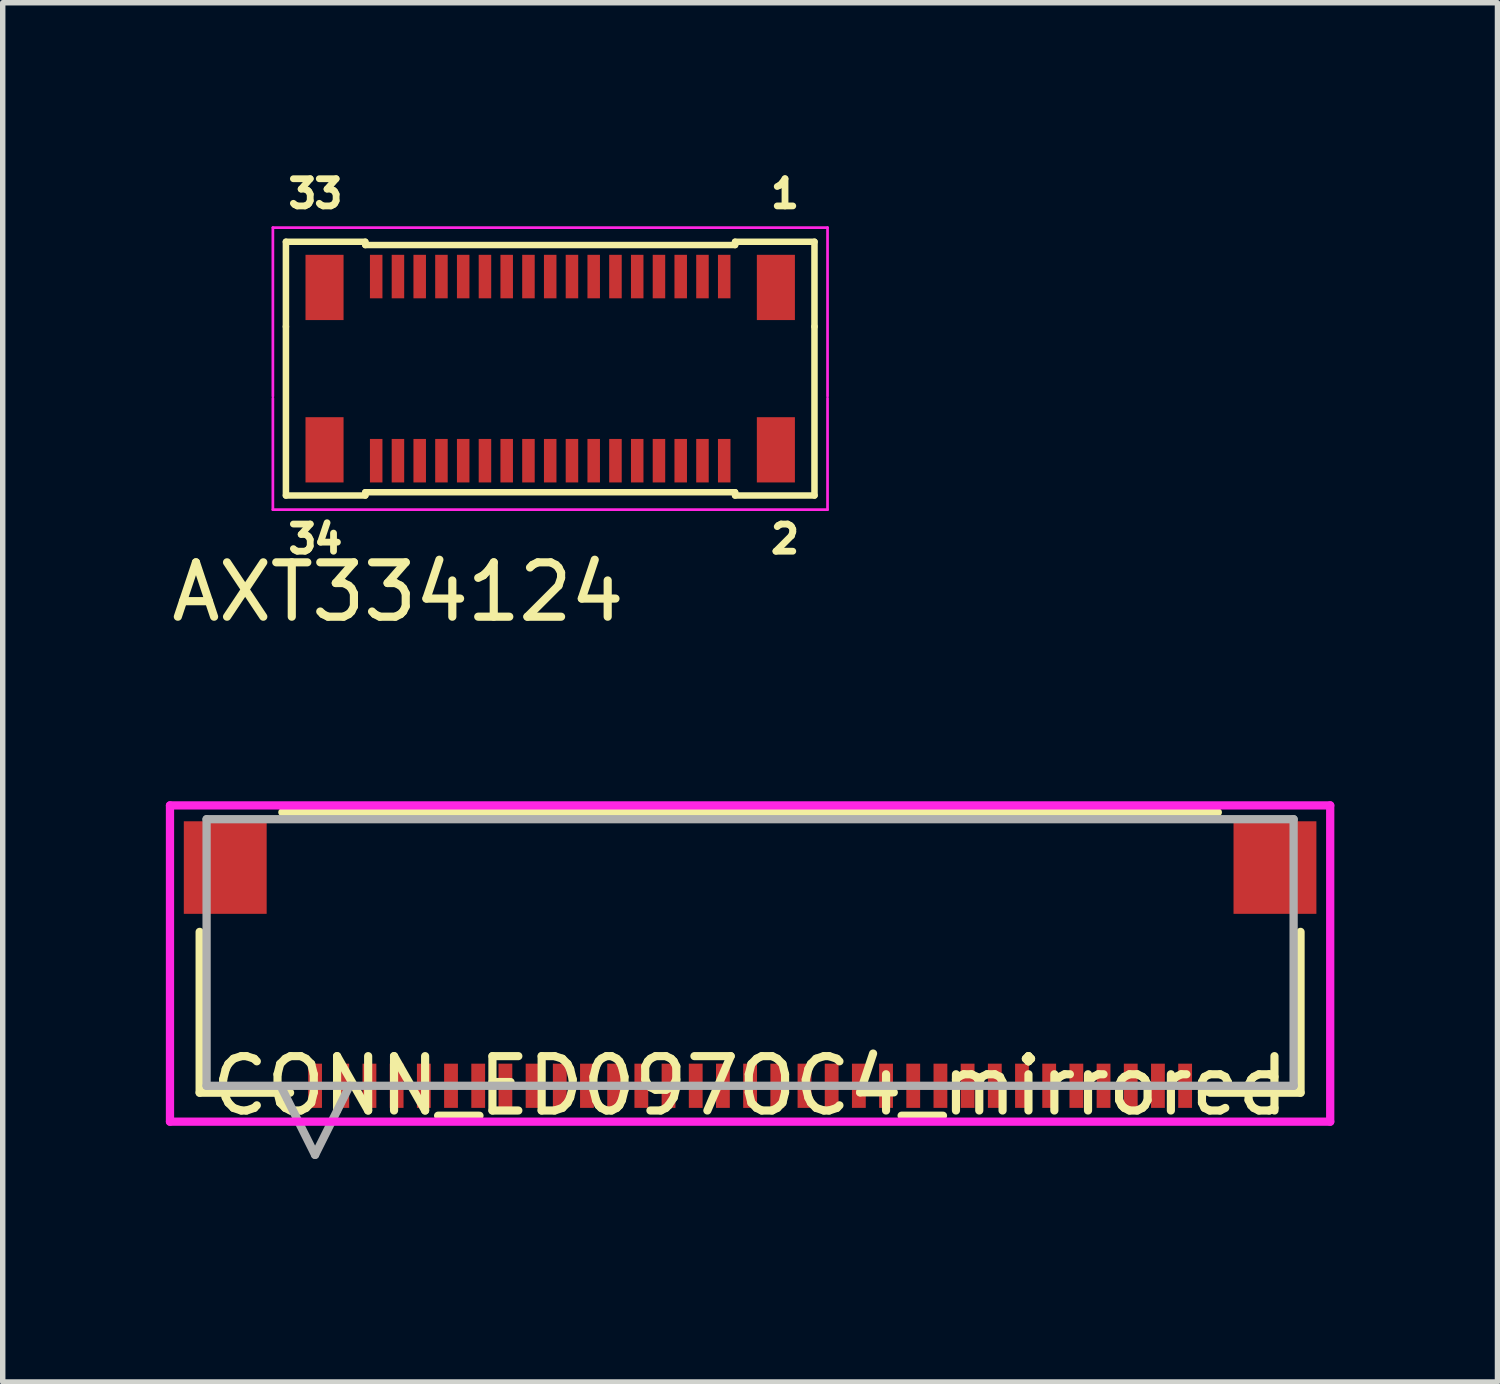
<source format=kicad_pcb>
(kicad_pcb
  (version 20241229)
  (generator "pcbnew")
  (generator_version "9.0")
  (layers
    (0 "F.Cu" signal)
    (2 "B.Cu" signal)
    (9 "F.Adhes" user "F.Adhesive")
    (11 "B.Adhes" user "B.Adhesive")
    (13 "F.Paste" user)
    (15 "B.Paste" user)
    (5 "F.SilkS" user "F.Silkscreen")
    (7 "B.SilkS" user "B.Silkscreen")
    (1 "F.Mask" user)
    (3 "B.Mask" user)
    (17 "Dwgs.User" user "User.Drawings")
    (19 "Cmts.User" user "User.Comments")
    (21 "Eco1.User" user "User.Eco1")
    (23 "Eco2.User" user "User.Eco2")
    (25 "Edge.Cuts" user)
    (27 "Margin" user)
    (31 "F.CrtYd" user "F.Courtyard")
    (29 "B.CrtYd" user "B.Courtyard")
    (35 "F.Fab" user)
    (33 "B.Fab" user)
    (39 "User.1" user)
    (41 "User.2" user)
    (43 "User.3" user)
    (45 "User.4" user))
  (footprint "AXT334124"
    (layer "F.Cu")
    (at 7.068 2.036)
    (property "Reference" "AXT334124" (at -2.8 5.8 0) (layer "F.SilkS") (effects (font (size 1 1) (thickness 0.15))))
    (attr smd)
    (fp_line (start -4.86 -0.64) (end -3.4 -0.64) (stroke (width 0.12) (type solid)) (layer "F.SilkS"))
    (fp_line (start -4.86 0.92) (end -4.86 -0.64) (stroke (width 0.12) (type solid)) (layer "F.SilkS"))
    (fp_line (start -4.86 0.92) (end -4.86 4.026) (stroke (width 0.12) (type solid)) (layer "F.SilkS"))
    (fp_line (start -4.86 4.026) (end -3.4 4.026) (stroke (width 0.12) (type solid)) (layer "F.SilkS"))
    (fp_line (start -3.4 -0.64) (end -3.4 -0.58) (stroke (width 0.12) (type solid)) (layer "F.SilkS"))
    (fp_line (start -3.4 -0.58) (end 3.4 -0.58) (stroke (width 0.12) (type solid)) (layer "F.SilkS"))
    (fp_line (start -3.4 4.026) (end -3.4 3.966) (stroke (width 0.12) (type solid)) (layer "F.SilkS"))
    (fp_line (start 3.4 -0.64) (end 3.4 -0.58) (stroke (width 0.12) (type solid)) (layer "F.SilkS"))
    (fp_line (start 3.4 3.966) (end -3.4 3.966) (stroke (width 0.12) (type solid)) (layer "F.SilkS"))
    (fp_line (start 3.4 4.026) (end 3.4 3.966) (stroke (width 0.12) (type solid)) (layer "F.SilkS"))
    (fp_line (start 4.86 -0.64) (end 3.4 -0.64) (stroke (width 0.12) (type solid)) (layer "F.SilkS"))
    (fp_line (start 4.86 0.92) (end 4.86 -0.64) (stroke (width 0.12) (type solid)) (layer "F.SilkS"))
    (fp_line (start 4.86 0.92) (end 4.86 4.026) (stroke (width 0.12) (type solid)) (layer "F.SilkS"))
    (fp_line (start 4.86 4.026) (end 3.4 4.026) (stroke (width 0.12) (type solid)) (layer "F.SilkS"))
    (fp_line (start -5.1 -0.9) (end -5.1 2.2) (stroke (width 0.05) (type solid)) (layer "F.CrtYd"))
    (fp_line (start -5.1 -0.9) (end 5.1 -0.9) (stroke (width 0.05) (type solid)) (layer "F.CrtYd"))
    (fp_line (start -5.1 4.286) (end -5.1 2.236) (stroke (width 0.05) (type solid)) (layer "F.CrtYd"))
    (fp_line (start 5.1 -0.9) (end 5.1 2.2) (stroke (width 0.05) (type solid)) (layer "F.CrtYd"))
    (fp_line (start 5.1 4.286) (end -5.1 4.286) (stroke (width 0.05) (type solid)) (layer "F.CrtYd"))
    (fp_line (start 5.1 4.286) (end 5.1 2.236) (stroke (width 0.05) (type solid)) (layer "F.CrtYd"))
    (fp_text user "2" (at 4.318 4.826 0) (layer "F.SilkS") (effects (font (size 0.5 0.5) (thickness 0.125))))
    (fp_text user "1" (at 4.318 -1.524 0) (layer "F.SilkS") (effects (font (size 0.5 0.5) (thickness 0.125))))
    (fp_text user "33" (at -4.318 -1.524 0) (layer "F.SilkS") (effects (font (size 0.5 0.5) (thickness 0.125))))
    (fp_text user "34" (at -4.318 4.826 0) (layer "F.SilkS") (effects (font (size 0.5 0.5) (thickness 0.125))))
    (pad "0" smd rect (at -4.15 0.2) (size 0.7 1.2) (layers "F.Cu" "F.Mask" "F.Paste"))
    (pad "0" smd rect (at -4.15 3.186 180) (size 0.7 1.2) (layers "F.Cu" "F.Mask" "F.Paste"))
    (pad "0" smd rect (at 4.15 0.2) (size 0.7 1.2) (layers "F.Cu" "F.Mask" "F.Paste"))
    (pad "0" smd rect (at 4.15 3.186 180) (size 0.7 1.2) (layers "F.Cu" "F.Mask" "F.Paste"))
    (pad "1" smd rect (at 3.2 0) (size 0.23 0.8) (layers "F.Cu" "F.Mask" "F.Paste"))
    (pad "2" smd rect (at 3.2 3.386 180) (size 0.23 0.8) (layers "F.Cu" "F.Mask" "F.Paste"))
    (pad "3" smd rect (at 2.8 0) (size 0.23 0.8) (layers "F.Cu" "F.Mask" "F.Paste"))
    (pad "4" smd rect (at 2.8 3.386 180) (size 0.23 0.8) (layers "F.Cu" "F.Mask" "F.Paste"))
    (pad "5" smd rect (at 2.4 0) (size 0.23 0.8) (layers "F.Cu" "F.Mask" "F.Paste"))
    (pad "6" smd rect (at 2.4 3.386 180) (size 0.23 0.8) (layers "F.Cu" "F.Mask" "F.Paste"))
    (pad "7" smd rect (at 2 0) (size 0.23 0.8) (layers "F.Cu" "F.Mask" "F.Paste"))
    (pad "8" smd rect (at 2 3.386 180) (size 0.23 0.8) (layers "F.Cu" "F.Mask" "F.Paste"))
    (pad "9" smd rect (at 1.6 0) (size 0.23 0.8) (layers "F.Cu" "F.Mask" "F.Paste"))
    (pad "10" smd rect (at 1.6 3.386 180) (size 0.23 0.8) (layers "F.Cu" "F.Mask" "F.Paste"))
    (pad "11" smd rect (at 1.2 0) (size 0.23 0.8) (layers "F.Cu" "F.Mask" "F.Paste"))
    (pad "12" smd rect (at 1.2 3.386 180) (size 0.23 0.8) (layers "F.Cu" "F.Mask" "F.Paste"))
    (pad "13" smd rect (at 0.8 0) (size 0.23 0.8) (layers "F.Cu" "F.Mask" "F.Paste"))
    (pad "14" smd rect (at 0.8 3.386 180) (size 0.23 0.8) (layers "F.Cu" "F.Mask" "F.Paste"))
    (pad "15" smd rect (at 0.4 0) (size 0.23 0.8) (layers "F.Cu" "F.Mask" "F.Paste"))
    (pad "16" smd rect (at 0.4 3.386 180) (size 0.23 0.8) (layers "F.Cu" "F.Mask" "F.Paste"))
    (pad "17" smd rect (at 0 0) (size 0.23 0.8) (layers "F.Cu" "F.Mask" "F.Paste"))
    (pad "18" smd rect (at 0 3.386 180) (size 0.23 0.8) (layers "F.Cu" "F.Mask" "F.Paste"))
    (pad "19" smd rect (at -0.4 0) (size 0.23 0.8) (layers "F.Cu" "F.Mask" "F.Paste"))
    (pad "20" smd rect (at -0.4 3.386 180) (size 0.23 0.8) (layers "F.Cu" "F.Mask" "F.Paste"))
    (pad "21" smd rect (at -0.8 0) (size 0.23 0.8) (layers "F.Cu" "F.Mask" "F.Paste"))
    (pad "22" smd rect (at -0.8 3.386 180) (size 0.23 0.8) (layers "F.Cu" "F.Mask" "F.Paste"))
    (pad "23" smd rect (at -1.2 0) (size 0.23 0.8) (layers "F.Cu" "F.Mask" "F.Paste"))
    (pad "24" smd rect (at -1.2 3.386 180) (size 0.23 0.8) (layers "F.Cu" "F.Mask" "F.Paste"))
    (pad "25" smd rect (at -1.6 0) (size 0.23 0.8) (layers "F.Cu" "F.Mask" "F.Paste"))
    (pad "26" smd rect (at -1.6 3.386 180) (size 0.23 0.8) (layers "F.Cu" "F.Mask" "F.Paste"))
    (pad "27" smd rect (at -2 0) (size 0.23 0.8) (layers "F.Cu" "F.Mask" "F.Paste"))
    (pad "28" smd rect (at -2 3.386 180) (size 0.23 0.8) (layers "F.Cu" "F.Mask" "F.Paste"))
    (pad "29" smd rect (at -2.4 0) (size 0.23 0.8) (layers "F.Cu" "F.Mask" "F.Paste"))
    (pad "30" smd rect (at -2.4 3.386 180) (size 0.23 0.8) (layers "F.Cu" "F.Mask" "F.Paste"))
    (pad "31" smd rect (at -2.8 0) (size 0.23 0.8) (layers "F.Cu" "F.Mask" "F.Paste"))
    (pad "32" smd rect (at -2.8 3.386 180) (size 0.23 0.8) (layers "F.Cu" "F.Mask" "F.Paste"))
    (pad "33" smd rect (at -3.2 0) (size 0.23 0.8) (layers "F.Cu" "F.Mask" "F.Paste"))
    (pad "34" smd rect (at -3.2 3.386 180) (size 0.23 0.8) (layers "F.Cu" "F.Mask" "F.Paste")))
  (footprint "CONN_ED097OC4_mirrored"
    (layer "F.Cu")
    (at 10.998 19.114)
    (property "Reference" "CONN_ED097OC4_mirrored" (at -0.254 -2.197 0) (layer "F.SilkS") (effects (font (size 1 1) (thickness 0.15))))
    (attr smd)
    (fp_line (start -10.376 -2.07) (end -10.376 -5.027) (stroke (width 0.152) (type solid)) (layer "F.SilkS"))
    (fp_line (start -8.855 -7.226) (end 8.347 -7.226) (stroke (width 0.152) (type solid)) (layer "F.SilkS"))
    (fp_line (start -8.714 -2.07) (end -10.376 -2.07) (stroke (width 0.152) (type solid)) (layer "F.SilkS"))
    (fp_line (start 9.868 -5.027) (end 9.868 -2.07) (stroke (width 0.152) (type solid)) (layer "F.SilkS"))
    (fp_line (start 9.868 -2.07) (end 8.206 -2.07) (stroke (width 0.152) (type solid)) (layer "F.SilkS"))
    (fp_line (start -10.922 -7.353) (end 10.414 -7.353) (stroke (width 0.152) (type solid)) (layer "F.CrtYd"))
    (fp_line (start -10.922 -1.537) (end -10.922 -7.353) (stroke (width 0.152) (type solid)) (layer "F.CrtYd"))
    (fp_line (start 10.414 -7.353) (end 10.414 -1.537) (stroke (width 0.152) (type solid)) (layer "F.CrtYd"))
    (fp_line (start 10.414 -1.537) (end -10.922 -1.537) (stroke (width 0.152) (type solid)) (layer "F.CrtYd"))
    (fp_line (start -10.249 -7.099) (end 9.741 -7.099) (stroke (width 0.152) (type solid)) (layer "F.Fab"))
    (fp_line (start -10.249 -2.197) (end -10.249 -7.099) (stroke (width 0.152) (type solid)) (layer "F.Fab"))
    (fp_line (start -8.889 -2.197) (end -8.254 -0.927) (stroke (width 0.152) (type solid)) (layer "F.Fab"))
    (fp_line (start -7.619 -2.197) (end -8.254 -0.927) (stroke (width 0.152) (type solid)) (layer "F.Fab"))
    (fp_line (start 9.741 -7.099) (end 9.741 -2.197) (stroke (width 0.152) (type solid)) (layer "F.Fab"))
    (fp_line (start 9.741 -2.197) (end -10.249 -2.197) (stroke (width 0.152) (type solid)) (layer "F.Fab"))
    (pad "1" smd rect (at -8.254 -2.197 270) (size 0.813 0.254) (layers "F.Cu" "F.Mask" "F.Paste"))
    (pad "2" smd rect (at -7.754 -2.197 270) (size 0.813 0.254) (layers "F.Cu" "F.Mask" "F.Paste"))
    (pad "3" smd rect (at -7.254 -2.197 270) (size 0.813 0.254) (layers "F.Cu" "F.Mask" "F.Paste"))
    (pad "4" smd rect (at -6.754 -2.197 270) (size 0.813 0.254) (layers "F.Cu" "F.Mask" "F.Paste"))
    (pad "5" smd rect (at -6.254 -2.197 270) (size 0.813 0.254) (layers "F.Cu" "F.Mask" "F.Paste"))
    (pad "6" smd rect (at -5.754 -2.197 270) (size 0.813 0.254) (layers "F.Cu" "F.Mask" "F.Paste"))
    (pad "7" smd rect (at -5.254 -2.197 270) (size 0.813 0.254) (layers "F.Cu" "F.Mask" "F.Paste"))
    (pad "8" smd rect (at -4.754 -2.197 270) (size 0.813 0.254) (layers "F.Cu" "F.Mask" "F.Paste"))
    (pad "9" smd rect (at -4.254 -2.197 270) (size 0.813 0.254) (layers "F.Cu" "F.Mask" "F.Paste"))
    (pad "10" smd rect (at -3.754 -2.197 270) (size 0.813 0.254) (layers "F.Cu" "F.Mask" "F.Paste"))
    (pad "11" smd rect (at -3.254 -2.197 270) (size 0.813 0.254) (layers "F.Cu" "F.Mask" "F.Paste"))
    (pad "12" smd rect (at -2.754 -2.197 270) (size 0.813 0.254) (layers "F.Cu" "F.Mask" "F.Paste"))
    (pad "13" smd rect (at -2.254 -2.197 270) (size 0.813 0.254) (layers "F.Cu" "F.Mask" "F.Paste"))
    (pad "14" smd rect (at -1.754 -2.197 270) (size 0.813 0.254) (layers "F.Cu" "F.Mask" "F.Paste"))
    (pad "15" smd rect (at -1.254 -2.197 270) (size 0.813 0.254) (layers "F.Cu" "F.Mask" "F.Paste"))
    (pad "16" smd rect (at -0.754 -2.197 270) (size 0.813 0.254) (layers "F.Cu" "F.Mask" "F.Paste"))
    (pad "17" smd rect (at -0.254 -2.197 270) (size 0.813 0.254) (layers "F.Cu" "F.Mask" "F.Paste"))
    (pad "18" smd rect (at 0.246 -2.197 270) (size 0.813 0.254) (layers "F.Cu" "F.Mask" "F.Paste"))
    (pad "19" smd rect (at 0.746 -2.197 270) (size 0.813 0.254) (layers "F.Cu" "F.Mask" "F.Paste"))
    (pad "20" smd rect (at 1.246 -2.197 270) (size 0.813 0.254) (layers "F.Cu" "F.Mask" "F.Paste"))
    (pad "21" smd rect (at 1.746 -2.197 270) (size 0.813 0.254) (layers "F.Cu" "F.Mask" "F.Paste"))
    (pad "22" smd rect (at 2.246 -2.197 270) (size 0.813 0.254) (layers "F.Cu" "F.Mask" "F.Paste"))
    (pad "23" smd rect (at 2.746 -2.197 270) (size 0.813 0.254) (layers "F.Cu" "F.Mask" "F.Paste"))
    (pad "24" smd rect (at 3.246 -2.197 270) (size 0.813 0.254) (layers "F.Cu" "F.Mask" "F.Paste"))
    (pad "25" smd rect (at 3.746 -2.197 270) (size 0.813 0.254) (layers "F.Cu" "F.Mask" "F.Paste"))
    (pad "26" smd rect (at 4.246 -2.197 270) (size 0.813 0.254) (layers "F.Cu" "F.Mask" "F.Paste"))
    (pad "27" smd rect (at 4.746 -2.197 270) (size 0.813 0.254) (layers "F.Cu" "F.Mask" "F.Paste"))
    (pad "28" smd rect (at 5.246 -2.197 270) (size 0.813 0.254) (layers "F.Cu" "F.Mask" "F.Paste"))
    (pad "29" smd rect (at 5.746 -2.197 270) (size 0.813 0.254) (layers "F.Cu" "F.Mask" "F.Paste"))
    (pad "30" smd rect (at 6.246 -2.197 270) (size 0.813 0.254) (layers "F.Cu" "F.Mask" "F.Paste"))
    (pad "31" smd rect (at 6.746 -2.197 270) (size 0.813 0.254) (layers "F.Cu" "F.Mask" "F.Paste"))
    (pad "32" smd rect (at 7.246 -2.197 270) (size 0.813 0.254) (layers "F.Cu" "F.Mask" "F.Paste"))
    (pad "33" smd rect (at 7.746 -2.197 270) (size 0.813 0.254) (layers "F.Cu" "F.Mask" "F.Paste"))
    (pad "34" smd rect (at 9.398 -6.21) (size 1.524 1.702) (layers "F.Cu" "F.Mask" "F.Paste"))
    (pad "35" smd rect (at -9.906 -6.21) (size 1.524 1.702) (layers "F.Cu" "F.Mask" "F.Paste")))
  (gr_rect
    (start -3 -3)
    (end 24.488 22.364)
    (stroke (width 0.1) (type default))
    (fill no)
    (layer "Edge.Cuts")))
</source>
